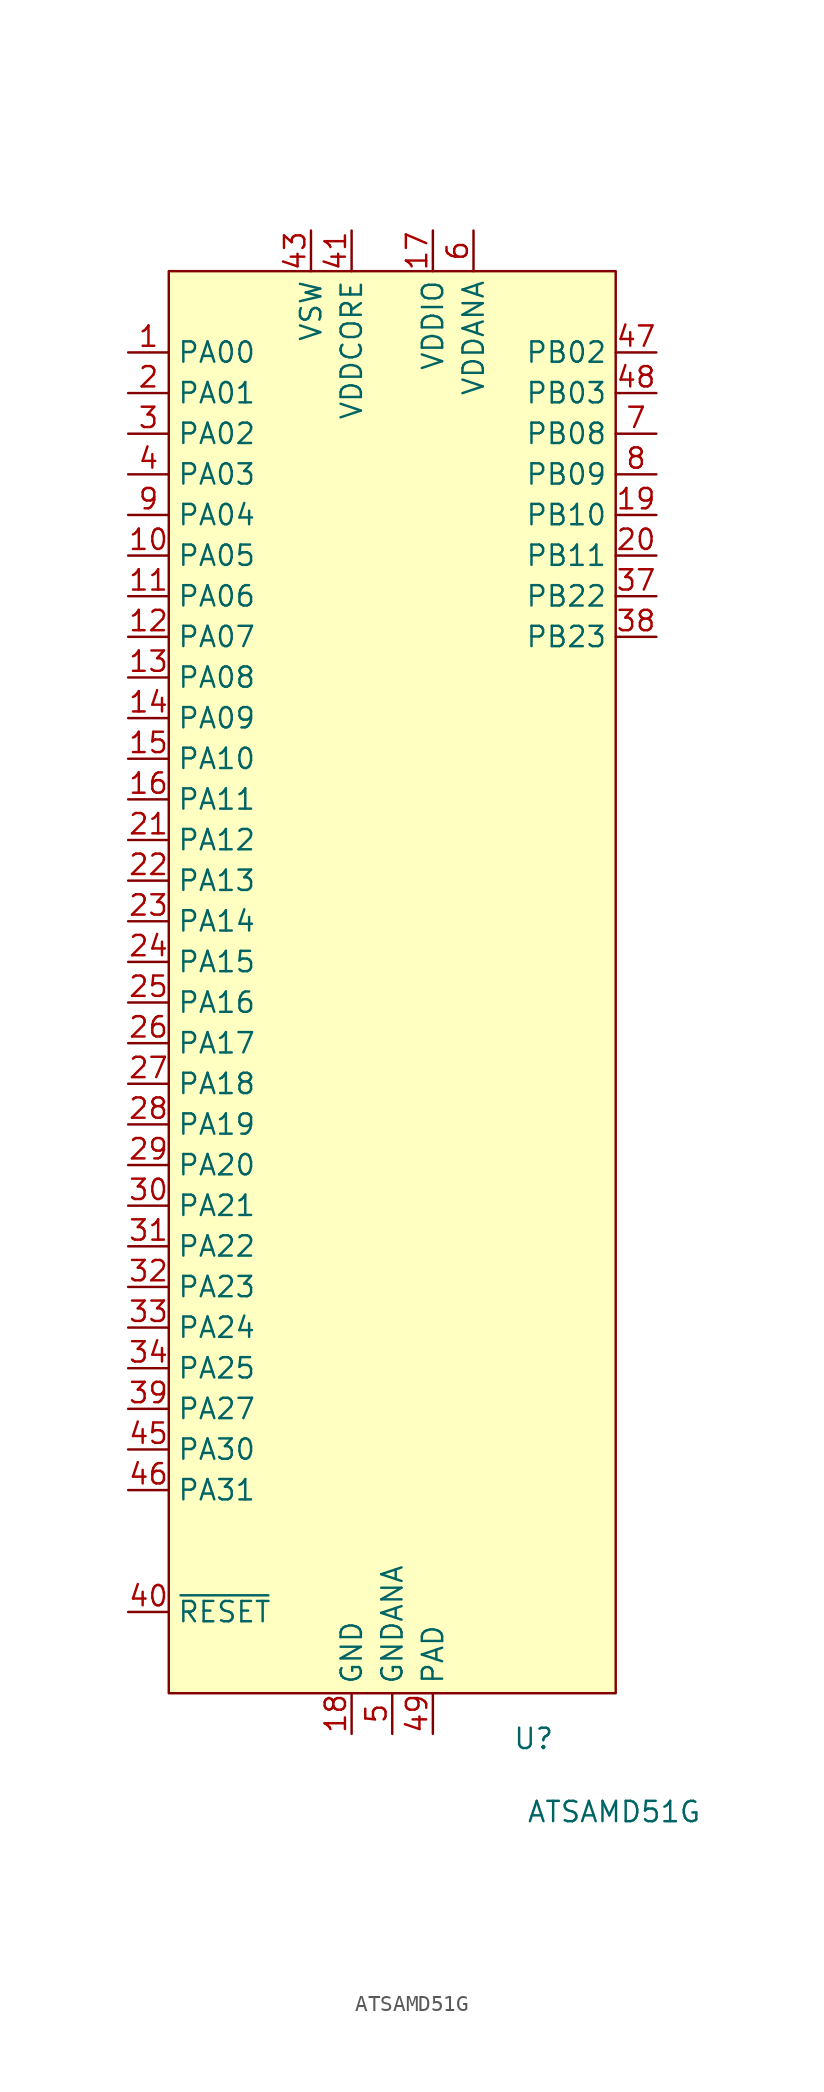
<source format=kicad_sym>
(kicad_symbol_lib
  (version 20231120)
  (generator "kicad_symbol_editor")
  (generator_version "8.0")
  (symbol "ATSAMD51G"
    (property "Reference" "U"
      (at 8.839 -47.295 0)
      (effects (font (size 1.27 1.27))))
    (property "Value" "ATSAMD51G"
      (at 13.868 -51.867 0)
      (effects (font (size 1.27 1.27))))
    (symbol "ATSAMD51G_0_1"
      (rectangle (start -13.97 44.45) (end 13.97 -44.45) (stroke (width 0) (type default)) (fill (type background))))
    (symbol "ATSAMD51G_1_1"
      (pin bidirectional line (at -16.51 39.37 0) (length 2.54) (name "PA00" (effects (font (size 1.27 1.27)))) (number "1" (effects (font (size 1.27 1.27)))) (alternate "XIN32" input line))
      (pin bidirectional line (at -16.51 26.67 0) (length 2.54) (name "PA05" (effects (font (size 1.27 1.27)))) (number "10" (effects (font (size 1.27 1.27)))))
      (pin bidirectional line (at -16.51 24.13 0) (length 2.54) (name "PA06" (effects (font (size 1.27 1.27)))) (number "11" (effects (font (size 1.27 1.27)))))
      (pin bidirectional line (at -16.51 21.59 0) (length 2.54) (name "PA07" (effects (font (size 1.27 1.27)))) (number "12" (effects (font (size 1.27 1.27)))))
      (pin bidirectional line (at -16.51 19.05 0) (length 2.54) (name "PA08" (effects (font (size 1.27 1.27)))) (number "13" (effects (font (size 1.27 1.27)))))
      (pin bidirectional line (at -16.51 16.51 0) (length 2.54) (name "PA09" (effects (font (size 1.27 1.27)))) (number "14" (effects (font (size 1.27 1.27)))))
      (pin bidirectional line (at -16.51 13.97 0) (length 2.54) (name "PA10" (effects (font (size 1.27 1.27)))) (number "15" (effects (font (size 1.27 1.27)))))
      (pin bidirectional line (at -16.51 11.43 0) (length 2.54) (name "PA11" (effects (font (size 1.27 1.27)))) (number "16" (effects (font (size 1.27 1.27)))))
      (pin power_in line (at 2.54 46.99 270) (length 2.54) (name "VDDIO" (effects (font (size 1.27 1.27)))) (number "17" (effects (font (size 1.27 1.27)))))
      (pin power_in line (at -2.54 -46.99 90) (length 2.54) (name "GND" (effects (font (size 1.27 1.27)))) (number "18" (effects (font (size 1.27 1.27)))))
      (pin bidirectional line (at 16.51 29.21 180) (length 2.54) (name "PB10" (effects (font (size 1.27 1.27)))) (number "19" (effects (font (size 1.27 1.27)))))
      (pin bidirectional line (at -16.51 36.83 0) (length 2.54) (name "PA01" (effects (font (size 1.27 1.27)))) (number "2" (effects (font (size 1.27 1.27)))) (alternate "XOUT32" output line))
      (pin bidirectional line (at 16.51 26.67 180) (length 2.54) (name "PB11" (effects (font (size 1.27 1.27)))) (number "20" (effects (font (size 1.27 1.27)))))
      (pin bidirectional line (at -16.51 8.89 0) (length 2.54) (name "PA12" (effects (font (size 1.27 1.27)))) (number "21" (effects (font (size 1.27 1.27)))))
      (pin bidirectional line (at -16.51 6.35 0) (length 2.54) (name "PA13" (effects (font (size 1.27 1.27)))) (number "22" (effects (font (size 1.27 1.27)))))
      (pin bidirectional line (at -16.51 3.81 0) (length 2.54) (name "PA14" (effects (font (size 1.27 1.27)))) (number "23" (effects (font (size 1.27 1.27)))))
      (pin bidirectional line (at -16.51 1.27 0) (length 2.54) (name "PA15" (effects (font (size 1.27 1.27)))) (number "24" (effects (font (size 1.27 1.27)))))
      (pin bidirectional line (at -16.51 -1.27 0) (length 2.54) (name "PA16" (effects (font (size 1.27 1.27)))) (number "25" (effects (font (size 1.27 1.27)))))
      (pin bidirectional line (at -16.51 -3.81 0) (length 2.54) (name "PA17" (effects (font (size 1.27 1.27)))) (number "26" (effects (font (size 1.27 1.27)))))
      (pin bidirectional line (at -16.51 -6.35 0) (length 2.54) (name "PA18" (effects (font (size 1.27 1.27)))) (number "27" (effects (font (size 1.27 1.27)))))
      (pin bidirectional line (at -16.51 -8.89 0) (length 2.54) (name "PA19" (effects (font (size 1.27 1.27)))) (number "28" (effects (font (size 1.27 1.27)))))
      (pin bidirectional line (at -16.51 -11.43 0) (length 2.54) (name "PA20" (effects (font (size 1.27 1.27)))) (number "29" (effects (font (size 1.27 1.27)))))
      (pin bidirectional line (at -16.51 34.29 0) (length 2.54) (name "PA02" (effects (font (size 1.27 1.27)))) (number "3" (effects (font (size 1.27 1.27)))))
      (pin bidirectional line (at -16.51 -13.97 0) (length 2.54) (name "PA21" (effects (font (size 1.27 1.27)))) (number "30" (effects (font (size 1.27 1.27)))))
      (pin bidirectional line (at -16.51 -16.51 0) (length 2.54) (name "PA22" (effects (font (size 1.27 1.27)))) (number "31" (effects (font (size 1.27 1.27)))))
      (pin bidirectional line (at -16.51 -19.05 0) (length 2.54) (name "PA23" (effects (font (size 1.27 1.27)))) (number "32" (effects (font (size 1.27 1.27)))))
      (pin bidirectional line (at -16.51 -21.59 0) (length 2.54) (name "PA24" (effects (font (size 1.27 1.27)))) (number "33" (effects (font (size 1.27 1.27)))) (alternate "USB-" bidirectional line))
      (pin bidirectional line (at -16.51 -24.13 0) (length 2.54) (name "PA25" (effects (font (size 1.27 1.27)))) (number "34" (effects (font (size 1.27 1.27)))) (alternate "USB+" bidirectional line))
      (pin passive line (at -2.54 -46.99 90) (length 2.54) hide (name "GND" (effects (font (size 1.27 1.27)))) (number "35" (effects (font (size 1.27 1.27)))))
      (pin passive line (at 2.54 46.99 270) (length 2.54) hide (name "VDDIO" (effects (font (size 1.27 1.27)))) (number "36" (effects (font (size 1.27 1.27)))))
      (pin bidirectional line (at 16.51 24.13 180) (length 2.54) (name "PB22" (effects (font (size 1.27 1.27)))) (number "37" (effects (font (size 1.27 1.27)))))
      (pin bidirectional line (at 16.51 21.59 180) (length 2.54) (name "PB23" (effects (font (size 1.27 1.27)))) (number "38" (effects (font (size 1.27 1.27)))))
      (pin bidirectional line (at -16.51 -26.67 0) (length 2.54) (name "PA27" (effects (font (size 1.27 1.27)))) (number "39" (effects (font (size 1.27 1.27)))))
      (pin bidirectional line (at -16.51 31.75 0) (length 2.54) (name "PA03" (effects (font (size 1.27 1.27)))) (number "4" (effects (font (size 1.27 1.27)))) (alternate "ANAREF" input line))
      (pin input line (at -16.51 -39.37 0) (length 2.54) (name "~{RESET}" (effects (font (size 1.27 1.27)))) (number "40" (effects (font (size 1.27 1.27)))))
      (pin power_out line (at -2.54 46.99 270) (length 2.54) (name "VDDCORE" (effects (font (size 1.27 1.27)))) (number "41" (effects (font (size 1.27 1.27)))))
      (pin passive line (at -2.54 -46.99 90) (length 2.54) hide (name "GND" (effects (font (size 1.27 1.27)))) (number "42" (effects (font (size 1.27 1.27)))))
      (pin power_in line (at -5.08 46.99 270) (length 2.54) (name "VSW" (effects (font (size 1.27 1.27)))) (number "43" (effects (font (size 1.27 1.27)))))
      (pin passive line (at 2.54 46.99 270) (length 2.54) hide (name "VDDIO" (effects (font (size 1.27 1.27)))) (number "44" (effects (font (size 1.27 1.27)))))
      (pin bidirectional line (at -16.51 -29.21 0) (length 2.54) (name "PA30" (effects (font (size 1.27 1.27)))) (number "45" (effects (font (size 1.27 1.27)))))
      (pin bidirectional line (at -16.51 -31.75 0) (length 2.54) (name "PA31" (effects (font (size 1.27 1.27)))) (number "46" (effects (font (size 1.27 1.27)))))
      (pin bidirectional line (at 16.51 39.37 180) (length 2.54) (name "PB02" (effects (font (size 1.27 1.27)))) (number "47" (effects (font (size 1.27 1.27)))))
      (pin bidirectional line (at 16.51 36.83 180) (length 2.54) (name "PB03" (effects (font (size 1.27 1.27)))) (number "48" (effects (font (size 1.27 1.27)))) (alternate "GPIOIN" input line))
      (pin power_in line (at 2.54 -46.99 90) (length 2.54) (name "PAD" (effects (font (size 1.27 1.27)))) (number "49" (effects (font (size 1.27 1.27)))))
      (pin power_in line (at 0 -46.99 90) (length 2.54) (name "GNDANA" (effects (font (size 1.27 1.27)))) (number "5" (effects (font (size 1.27 1.27)))))
      (pin power_in line (at 5.08 46.99 270) (length 2.54) (name "VDDANA" (effects (font (size 1.27 1.27)))) (number "6" (effects (font (size 1.27 1.27)))))
      (pin bidirectional line (at 16.51 34.29 180) (length 2.54) (name "PB08" (effects (font (size 1.27 1.27)))) (number "7" (effects (font (size 1.27 1.27)))))
      (pin bidirectional line (at 16.51 31.75 180) (length 2.54) (name "PB09" (effects (font (size 1.27 1.27)))) (number "8" (effects (font (size 1.27 1.27)))))
      (pin bidirectional line (at -16.51 29.21 0) (length 2.54) (name "PA04" (effects (font (size 1.27 1.27)))) (number "9" (effects (font (size 1.27 1.27))))))))
</source>
